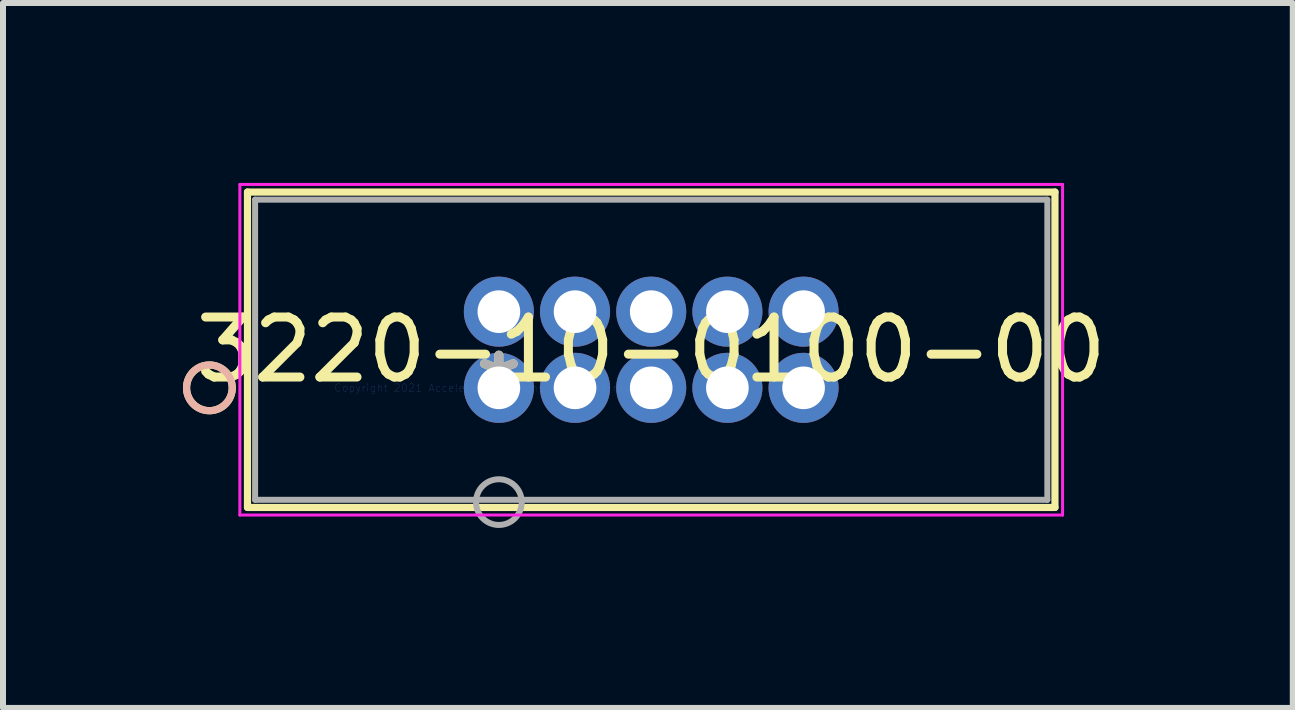
<source format=kicad_pcb>
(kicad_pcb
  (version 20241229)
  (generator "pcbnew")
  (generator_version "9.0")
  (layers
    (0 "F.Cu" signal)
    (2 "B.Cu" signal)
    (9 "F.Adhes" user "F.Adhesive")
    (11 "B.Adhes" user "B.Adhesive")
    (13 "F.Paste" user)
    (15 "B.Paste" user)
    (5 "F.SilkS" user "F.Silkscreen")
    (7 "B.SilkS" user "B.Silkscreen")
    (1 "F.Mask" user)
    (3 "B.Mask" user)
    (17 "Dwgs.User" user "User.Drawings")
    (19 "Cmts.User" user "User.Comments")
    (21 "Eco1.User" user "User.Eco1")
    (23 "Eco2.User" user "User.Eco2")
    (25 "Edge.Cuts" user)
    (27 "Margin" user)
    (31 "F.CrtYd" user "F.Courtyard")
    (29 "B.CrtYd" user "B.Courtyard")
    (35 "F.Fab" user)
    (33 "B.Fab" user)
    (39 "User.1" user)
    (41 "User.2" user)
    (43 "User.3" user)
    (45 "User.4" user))
  (footprint "3220-10-0100-00"
    (layer "F.Cu")
    (at 5.267 3.416)
    (property "Reference" "3220-10-0100-00" (at 2.54 -0.635 0) (layer "F.SilkS") (effects (font (size 1 1) (thickness 0.15))))
    (attr through_hole)
    (fp_line (start -4.191 -3.264) (end -4.191 1.994) (stroke (width 0.12) (type solid)) (layer "F.SilkS"))
    (fp_line (start -4.191 1.994) (end 9.271 1.994) (stroke (width 0.12) (type solid)) (layer "F.SilkS"))
    (fp_line (start 9.271 -3.264) (end -4.191 -3.264) (stroke (width 0.12) (type solid)) (layer "F.SilkS"))
    (fp_line (start 9.271 1.994) (end 9.271 -3.264) (stroke (width 0.12) (type solid)) (layer "F.SilkS"))
    (fp_circle (center -4.826 0) (end -4.445 0) (stroke (width 0.12) (type solid)) (fill no) (layer "F.SilkS"))
    (fp_circle (center -4.826 0) (end -4.445 0) (stroke (width 0.12) (type solid)) (fill no) (layer "B.SilkS"))
    (fp_line (start -4.318 -3.391) (end -4.318 2.121) (stroke (width 0.05) (type solid)) (layer "F.CrtYd"))
    (fp_line (start -4.318 2.121) (end 9.398 2.121) (stroke (width 0.05) (type solid)) (layer "F.CrtYd"))
    (fp_line (start 9.398 -3.391) (end -4.318 -3.391) (stroke (width 0.05) (type solid)) (layer "F.CrtYd"))
    (fp_line (start 9.398 2.121) (end 9.398 -3.391) (stroke (width 0.05) (type solid)) (layer "F.CrtYd"))
    (fp_line (start -4.064 -3.137) (end -4.064 1.867) (stroke (width 0.1) (type solid)) (layer "F.Fab"))
    (fp_line (start -4.064 1.867) (end 9.144 1.867) (stroke (width 0.1) (type solid)) (layer "F.Fab"))
    (fp_line (start 9.144 -3.137) (end -4.064 -3.137) (stroke (width 0.1) (type solid)) (layer "F.Fab"))
    (fp_line (start 9.144 1.867) (end 9.144 -3.137) (stroke (width 0.1) (type solid)) (layer "F.Fab"))
    (fp_circle (center 0 1.905) (end 0.381 1.905) (stroke (width 0.1) (type solid)) (fill no) (layer "F.Fab"))
    (fp_text user "*" (at 0 0 0) (layer "F.SilkS") (effects (font (size 1 1) (thickness 0.15))))
    (fp_text user "Copyright 2021 Accelerated Designs. All rights reserved." (at 0 0 0) (layer "Cmts.User") (effects (font (size 0.127 0.127) (thickness 0.002))))
    (fp_text user "*" (at 0 0 0) (layer "F.Fab") (effects (font (size 1 1) (thickness 0.15))))
    (pad "1" thru_hole circle (at 0 0) (size 1.168 1.168) (drill 0.711) (layers "*.Cu" "*.Mask"))
    (pad "2" thru_hole circle (at 0 -1.27) (size 1.168 1.168) (drill 0.711) (layers "*.Cu" "*.Mask"))
    (pad "3" thru_hole circle (at 1.27 0) (size 1.168 1.168) (drill 0.711) (layers "*.Cu" "*.Mask"))
    (pad "4" thru_hole circle (at 1.27 -1.27) (size 1.168 1.168) (drill 0.711) (layers "*.Cu" "*.Mask"))
    (pad "5" thru_hole circle (at 2.54 0) (size 1.168 1.168) (drill 0.711) (layers "*.Cu" "*.Mask"))
    (pad "6" thru_hole circle (at 2.54 -1.27) (size 1.168 1.168) (drill 0.711) (layers "*.Cu" "*.Mask"))
    (pad "7" thru_hole circle (at 3.81 0) (size 1.168 1.168) (drill 0.711) (layers "*.Cu" "*.Mask"))
    (pad "8" thru_hole circle (at 3.81 -1.27) (size 1.168 1.168) (drill 0.711) (layers "*.Cu" "*.Mask"))
    (pad "9" thru_hole circle (at 5.08 0) (size 1.168 1.168) (drill 0.711) (layers "*.Cu" "*.Mask"))
    (pad "10" thru_hole circle (at 5.08 -1.27) (size 1.168 1.168) (drill 0.711) (layers "*.Cu" "*.Mask")))
  (gr_rect
    (start -3 -3)
    (end 18.503 8.752)
    (stroke (width 0.1) (type default))
    (fill no)
    (layer "Edge.Cuts")))
</source>
